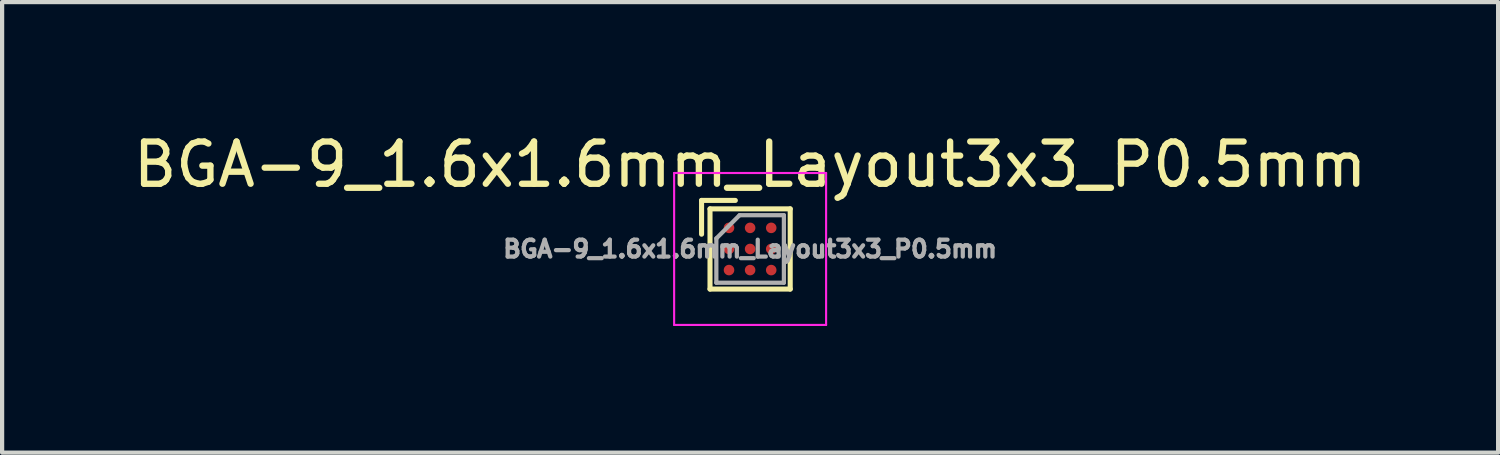
<source format=kicad_pcb>
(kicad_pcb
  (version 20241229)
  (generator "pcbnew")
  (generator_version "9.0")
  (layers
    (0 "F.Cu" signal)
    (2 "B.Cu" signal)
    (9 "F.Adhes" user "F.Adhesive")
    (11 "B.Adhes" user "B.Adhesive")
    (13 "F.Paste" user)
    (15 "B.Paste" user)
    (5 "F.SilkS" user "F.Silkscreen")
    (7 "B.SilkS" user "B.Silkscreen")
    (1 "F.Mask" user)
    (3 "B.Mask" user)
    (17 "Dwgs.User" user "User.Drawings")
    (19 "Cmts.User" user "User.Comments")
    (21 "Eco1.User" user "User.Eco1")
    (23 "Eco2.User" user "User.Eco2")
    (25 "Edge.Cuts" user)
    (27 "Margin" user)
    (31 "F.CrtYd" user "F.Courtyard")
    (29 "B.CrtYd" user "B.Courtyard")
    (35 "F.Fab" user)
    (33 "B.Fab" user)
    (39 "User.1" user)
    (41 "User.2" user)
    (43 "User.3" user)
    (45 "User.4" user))
  (footprint "BGA-9_1.6x1.6mm_Layout3x3_P0.5mm"
    (layer "F.Cu")
    (at 14.72 2.848)
    (property "Reference" "BGA-9_1.6x1.6mm_Layout3x3_P0.5mm" (at 0 -2 0) (layer "F.SilkS") (effects (font (size 1 1) (thickness 0.15))))
    (attr smd)
    (fp_line (start -1.15 -1.15) (end -1.15 -0.35) (stroke (width 0.12) (type solid)) (layer "F.SilkS"))
    (fp_line (start -1.15 -1.15) (end -0.35 -1.15) (stroke (width 0.12) (type solid)) (layer "F.SilkS"))
    (fp_line (start -0.95 -0.95) (end -0.95 0.95) (stroke (width 0.12) (type solid)) (layer "F.SilkS"))
    (fp_line (start -0.95 0.95) (end 0.95 0.95) (stroke (width 0.12) (type solid)) (layer "F.SilkS"))
    (fp_line (start 0.95 -0.95) (end -0.95 -0.95) (stroke (width 0.12) (type solid)) (layer "F.SilkS"))
    (fp_line (start 0.95 0.95) (end 0.95 -0.95) (stroke (width 0.12) (type solid)) (layer "F.SilkS"))
    (fp_line (start -1.8 -1.8) (end -1.8 1.8) (stroke (width 0.05) (type solid)) (layer "F.CrtYd"))
    (fp_line (start -1.8 -1.8) (end 1.8 -1.8) (stroke (width 0.05) (type solid)) (layer "F.CrtYd"))
    (fp_line (start 1.8 1.8) (end -1.8 1.8) (stroke (width 0.05) (type solid)) (layer "F.CrtYd"))
    (fp_line (start 1.8 1.8) (end 1.8 -1.8) (stroke (width 0.05) (type solid)) (layer "F.CrtYd"))
    (fp_line (start -0.8 -0.25) (end -0.25 -0.8) (stroke (width 0.1) (type solid)) (layer "F.Fab"))
    (fp_line (start -0.8 0.8) (end -0.8 -0.25) (stroke (width 0.1) (type solid)) (layer "F.Fab"))
    (fp_line (start -0.25 -0.8) (end 0.8 -0.8) (stroke (width 0.1) (type solid)) (layer "F.Fab"))
    (fp_line (start 0.8 -0.8) (end 0.8 0.8) (stroke (width 0.1) (type solid)) (layer "F.Fab"))
    (fp_line (start 0.8 0.8) (end -0.8 0.8) (stroke (width 0.1) (type solid)) (layer "F.Fab"))
    (fp_text user "${REFERENCE}" (at 0 0 0) (layer "F.Fab") (effects (font (size 0.4 0.4) (thickness 0.1))))
    (pad "A1" smd circle (at -0.5 -0.5) (size 0.25 0.25) (layers "F.Cu" "F.Mask" "F.Paste"))
    (pad "A2" smd circle (at 0 -0.5) (size 0.25 0.25) (layers "F.Cu" "F.Mask" "F.Paste"))
    (pad "A3" smd circle (at 0.5 -0.5) (size 0.25 0.25) (layers "F.Cu" "F.Mask" "F.Paste"))
    (pad "B1" smd circle (at -0.5 0) (size 0.25 0.25) (layers "F.Cu" "F.Mask" "F.Paste"))
    (pad "B2" smd circle (at 0 0) (size 0.25 0.25) (layers "F.Cu" "F.Mask" "F.Paste"))
    (pad "B3" smd circle (at 0.5 0) (size 0.25 0.25) (layers "F.Cu" "F.Mask" "F.Paste"))
    (pad "C1" smd circle (at -0.5 0.5) (size 0.25 0.25) (layers "F.Cu" "F.Mask" "F.Paste"))
    (pad "C2" smd circle (at 0 0.5) (size 0.25 0.25) (layers "F.Cu" "F.Mask" "F.Paste"))
    (pad "C3" smd circle (at 0.5 0.5) (size 0.25 0.25) (layers "F.Cu" "F.Mask" "F.Paste")))
  (gr_rect
    (start -3 -3)
    (end 32.44 7.673)
    (stroke (width 0.1) (type default))
    (fill no)
    (layer "Edge.Cuts")))
</source>
